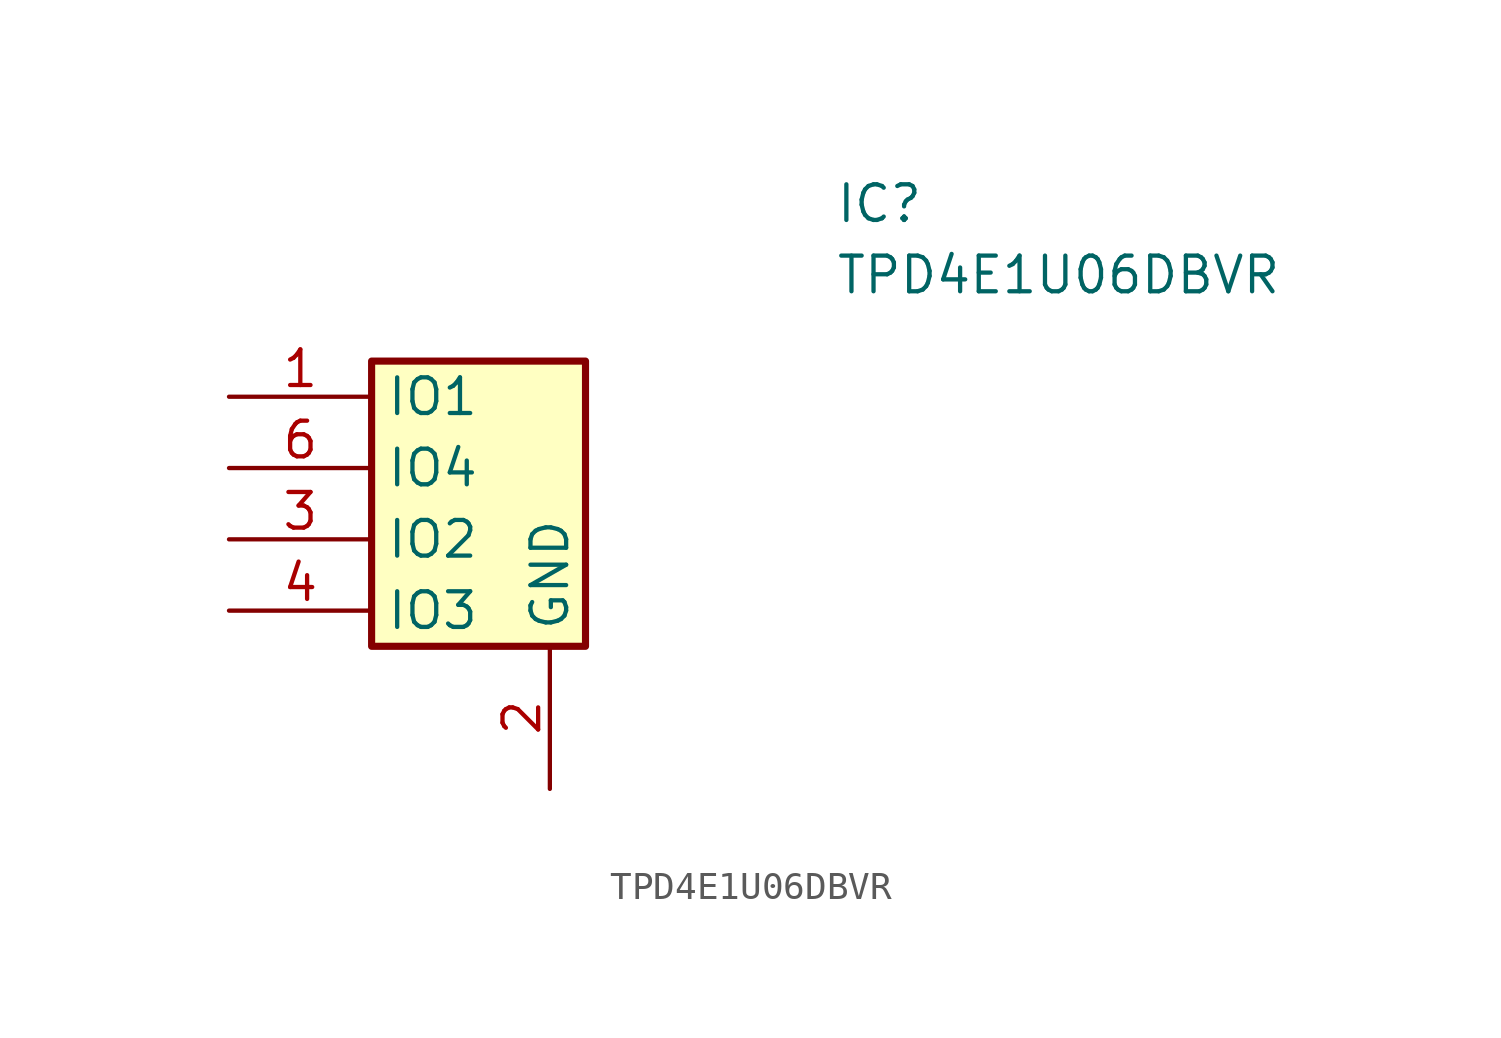
<source format=kicad_sym>
(kicad_symbol_lib
  (version 20220914)
  (generator kicad_symbol_editor)
  (symbol "TPD4E1U06DBVR"
    (property "Reference" "IC"
      (at 21.59 7.62 0)
      (effects (font (size 1.27 1.27)) (justify left top)))
    (property "Value" "TPD4E1U06DBVR"
      (at 21.59 5.08 0)
      (effects (font (size 1.27 1.27)) (justify left top)))
    (symbol "TPD4E1U06DBVR_1_1"
      (rectangle (start 5.08 1.27) (end 12.7 -8.89) (stroke (width 0.254) (type default)) (fill (type background)))
      (pin passive line (at 0 0 0) (length 5.08) (name "IO1" (effects (font (size 1.27 1.27)))) (number "1" (effects (font (size 1.27 1.27)))))
      (pin passive line (at 11.43 -13.97 90) (length 5.08) (name "GND" (effects (font (size 1.27 1.27)))) (number "2" (effects (font (size 1.27 1.27)))))
      (pin passive line (at 0 -5.08 0) (length 5.08) (name "IO2" (effects (font (size 1.27 1.27)))) (number "3" (effects (font (size 1.27 1.27)))))
      (pin passive line (at 0 -7.62 0) (length 5.08) (name "IO3" (effects (font (size 1.27 1.27)))) (number "4" (effects (font (size 1.27 1.27)))))
      (pin no_connect line (at 24.13 -3.81 180) (length 5.08) hide (name "NC" (effects (font (size 1.27 1.27)))) (number "5" (effects (font (size 1.27 1.27)))))
      (pin passive line (at 0 -2.54 0) (length 5.08) (name "IO4" (effects (font (size 1.27 1.27)))) (number "6" (effects (font (size 1.27 1.27))))))))
</source>
